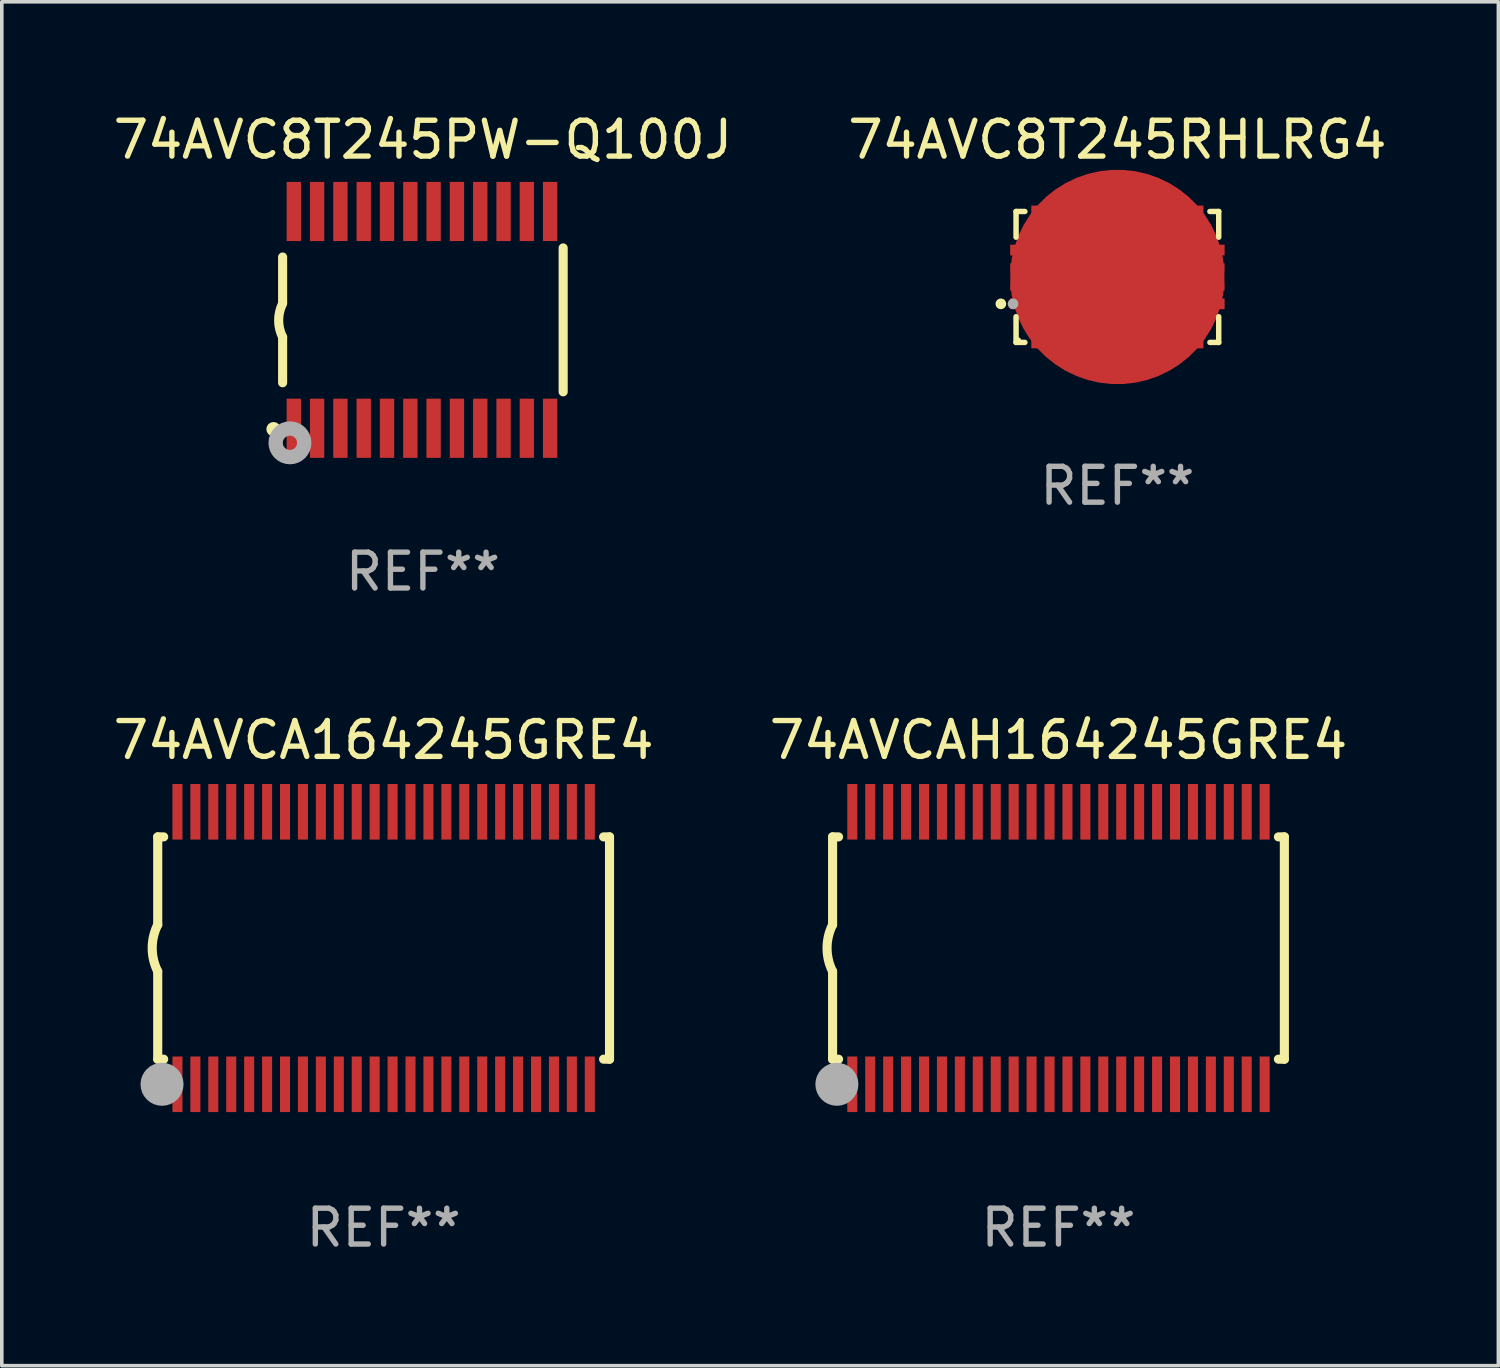
<source format=kicad_pcb>
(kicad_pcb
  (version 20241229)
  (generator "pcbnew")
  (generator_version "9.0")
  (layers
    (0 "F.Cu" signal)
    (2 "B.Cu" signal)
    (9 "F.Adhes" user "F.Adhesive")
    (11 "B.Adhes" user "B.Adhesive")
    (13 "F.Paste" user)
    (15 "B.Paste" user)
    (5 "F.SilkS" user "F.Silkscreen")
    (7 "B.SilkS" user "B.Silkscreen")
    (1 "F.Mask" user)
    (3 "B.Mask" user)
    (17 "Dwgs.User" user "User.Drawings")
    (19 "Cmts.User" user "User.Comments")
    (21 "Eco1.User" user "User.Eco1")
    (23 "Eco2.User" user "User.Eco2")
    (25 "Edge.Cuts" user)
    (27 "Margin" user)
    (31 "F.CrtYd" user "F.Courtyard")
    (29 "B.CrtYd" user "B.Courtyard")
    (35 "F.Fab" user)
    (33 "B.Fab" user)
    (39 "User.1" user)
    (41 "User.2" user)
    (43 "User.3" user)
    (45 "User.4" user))
  (footprint "74AVC8T245RHLRG4"
    (layer "F.Cu")
    (at 28.113 4.674)
    (property "Reference" "74AVC8T245RHLRG4" (at 0 -3.826 0) (layer "F.SilkS") (effects (font (size 1 1) (thickness 0.15))))
    (attr through_hole)
    (fp_line (start -2.826 -1.826) (end -2.58 -1.826) (stroke (width 0.152) (type solid)) (layer "F.SilkS"))
    (fp_line (start -2.826 -1.109) (end -2.826 -1.826) (stroke (width 0.152) (type solid)) (layer "F.SilkS"))
    (fp_line (start -2.826 1.109) (end -2.826 1.826) (stroke (width 0.152) (type solid)) (layer "F.SilkS"))
    (fp_line (start -2.826 1.826) (end -2.58 1.826) (stroke (width 0.152) (type solid)) (layer "F.SilkS"))
    (fp_line (start 2.826 -1.826) (end 2.58 -1.826) (stroke (width 0.152) (type solid)) (layer "F.SilkS"))
    (fp_line (start 2.826 -1.109) (end 2.826 -1.826) (stroke (width 0.152) (type solid)) (layer "F.SilkS"))
    (fp_line (start 2.826 1.109) (end 2.826 1.826) (stroke (width 0.152) (type solid)) (layer "F.SilkS"))
    (fp_line (start 2.826 1.826) (end 2.58 1.826) (stroke (width 0.152) (type solid)) (layer "F.SilkS"))
    (fp_circle (center -3.25 0.75) (end -3.175 0.75) (stroke (width 0.15) (type solid)) (fill no) (layer "F.SilkS"))
    (fp_circle (center -2.75 1.75) (end -2.72 1.75) (stroke (width 0.06) (type solid)) (fill no) (layer "F.SilkS"))
    (fp_circle (center -2.91 0.75) (end -2.835 0.75) (stroke (width 0.15) (type solid)) (fill no) (layer "F.Fab"))
    (fp_text user "REF**" (at 0 5.826 0) (layer "F.Fab") (effects (font (size 1 1) (thickness 0.15))))
    (pad "1" smd rect (at -2.658 0.75) (size 0.665 0.3) (layers "F.Cu" "F.Mask" "F.Paste"))
    (pad "2" smd rect (at -2.25 1.658) (size 0.3 0.665) (layers "F.Cu" "F.Mask" "F.Paste"))
    (pad "3" smd rect (at -1.75 1.658) (size 0.3 0.665) (layers "F.Cu" "F.Mask" "F.Paste"))
    (pad "4" smd rect (at -1.25 1.658) (size 0.3 0.665) (layers "F.Cu" "F.Mask" "F.Paste"))
    (pad "5" smd rect (at -0.75 1.658) (size 0.3 0.665) (layers "F.Cu" "F.Mask" "F.Paste"))
    (pad "6" smd rect (at -0.25 1.658) (size 0.3 0.665) (layers "F.Cu" "F.Mask" "F.Paste"))
    (pad "7" smd rect (at 0.25 1.658) (size 0.3 0.665) (layers "F.Cu" "F.Mask" "F.Paste"))
    (pad "8" smd rect (at 0.75 1.658) (size 0.3 0.665) (layers "F.Cu" "F.Mask" "F.Paste"))
    (pad "9" smd rect (at 1.25 1.658) (size 0.3 0.665) (layers "F.Cu" "F.Mask" "F.Paste"))
    (pad "10" smd rect (at 1.75 1.658) (size 0.3 0.665) (layers "F.Cu" "F.Mask" "F.Paste"))
    (pad "11" smd rect (at 2.25 1.658) (size 0.3 0.665) (layers "F.Cu" "F.Mask" "F.Paste"))
    (pad "12" smd rect (at 2.658 0.75 180) (size 0.665 0.3) (layers "F.Cu" "F.Mask" "F.Paste"))
    (pad "13" smd rect (at 2.658 -0.75 180) (size 0.665 0.3) (layers "F.Cu" "F.Mask" "F.Paste"))
    (pad "14" smd rect (at 2.25 -1.658) (size 0.3 0.665) (layers "F.Cu" "F.Mask" "F.Paste"))
    (pad "15" smd rect (at 1.75 -1.658) (size 0.3 0.665) (layers "F.Cu" "F.Mask" "F.Paste"))
    (pad "16" smd rect (at 1.25 -1.658) (size 0.3 0.665) (layers "F.Cu" "F.Mask" "F.Paste"))
    (pad "17" smd rect (at 0.75 -1.658) (size 0.3 0.665) (layers "F.Cu" "F.Mask" "F.Paste"))
    (pad "18" smd rect (at 0.25 -1.658) (size 0.3 0.665) (layers "F.Cu" "F.Mask" "F.Paste"))
    (pad "19" smd rect (at -0.25 -1.658) (size 0.3 0.665) (layers "F.Cu" "F.Mask" "F.Paste"))
    (pad "20" smd rect (at -0.75 -1.658) (size 0.3 0.665) (layers "F.Cu" "F.Mask" "F.Paste"))
    (pad "21" smd rect (at -1.25 -1.658) (size 0.3 0.665) (layers "F.Cu" "F.Mask" "F.Paste"))
    (pad "22" smd rect (at -1.75 -1.658) (size 0.3 0.665) (layers "F.Cu" "F.Mask" "F.Paste"))
    (pad "23" smd rect (at -2.25 -1.658) (size 0.3 0.665) (layers "F.Cu" "F.Mask" "F.Paste"))
    (pad "24" smd rect (at -2.658 -0.75) (size 0.665 0.3) (layers "F.Cu" "F.Mask" "F.Paste"))
    (pad "25" smd custom (at 0 0) (size 5.98 2.06) (layers "F.Cu" "F.Mask" "F.Paste") (options (anchor circle)) (primitives (gr_poly (pts (xy -2.99 0.38) (xy -2.03 0.38) (xy -2.03 1.03) (xy 2.03 1.03) (xy 2.03 0.38) (xy 2.99 0.38) (xy 2.99 0.17) (xy 2.03 0.17) (xy 2.03 -0.17) (xy 2.99 -0.17) (xy 2.99 -0.38) (xy 2.03 -0.38) (xy 2.03 -1.03) (xy -2.03 -1.03) (xy -2.03 -0.38) (xy -2.99 -0.38) (xy -2.99 -0.17) (xy -2.03 -0.17) (xy -2.03 0.17) (xy -2.99 0.17)) (width 0) (fill yes)))))
  (footprint "74AVC8T245PW-Q100J"
    (layer "F.Cu")
    (at 8.744 5.871)
    (property "Reference" "74AVC8T245PW-Q100J" (at 0 -5.023 0) (layer "F.SilkS") (effects (font (size 1 1) (thickness 0.15))))
    (attr through_hole)
    (fp_line (start -3.912 -0.483) (end -3.912 -1.753) (stroke (width 0.254) (type solid)) (layer "F.SilkS"))
    (fp_line (start -3.912 1.753) (end -3.912 0.483) (stroke (width 0.254) (type solid)) (layer "F.SilkS"))
    (fp_line (start 3.912 -2.007) (end 3.912 2.007) (stroke (width 0.254) (type solid)) (layer "F.SilkS"))
    (fp_arc (start -3.911608 0.482601) (mid -4.022537 0.0127) (end -3.911608 -0.457201) (stroke (width 0.254001) (type solid)) (layer "F.SilkS"))
    (fp_circle (center -4.166 3.048) (end -4.066 3.048) (stroke (width 0.2) (type solid)) (fill no) (layer "F.SilkS"))
    (fp_circle (center -3.925 3.186) (end -3.895 3.186) (stroke (width 0.06) (type solid)) (fill no) (layer "F.SilkS"))
    (fp_circle (center -3.708 3.429) (end -3.509 3.429) (stroke (width 0.4) (type solid)) (fill no) (layer "F.Fab"))
    (fp_text user "REF**" (at 0 7.023 0) (layer "F.Fab") (effects (font (size 1 1) (thickness 0.15))))
    (pad "1" smd rect (at -3.6 3.023) (size 0.4 1.65) (layers "F.Cu" "F.Mask" "F.Paste"))
    (pad "2" smd rect (at -2.95 3.023) (size 0.4 1.65) (layers "F.Cu" "F.Mask" "F.Paste"))
    (pad "3" smd rect (at -2.3 3.023) (size 0.4 1.65) (layers "F.Cu" "F.Mask" "F.Paste"))
    (pad "4" smd rect (at -1.65 3.023) (size 0.4 1.65) (layers "F.Cu" "F.Mask" "F.Paste"))
    (pad "5" smd rect (at -1 3.023) (size 0.4 1.65) (layers "F.Cu" "F.Mask" "F.Paste"))
    (pad "6" smd rect (at -0.35 3.023) (size 0.4 1.65) (layers "F.Cu" "F.Mask" "F.Paste"))
    (pad "7" smd rect (at 0.299 3.023) (size 0.4 1.65) (layers "F.Cu" "F.Mask" "F.Paste"))
    (pad "8" smd rect (at 0.95 3.023) (size 0.4 1.65) (layers "F.Cu" "F.Mask" "F.Paste"))
    (pad "9" smd rect (at 1.6 3.023) (size 0.4 1.65) (layers "F.Cu" "F.Mask" "F.Paste"))
    (pad "10" smd rect (at 2.25 3.023) (size 0.4 1.65) (layers "F.Cu" "F.Mask" "F.Paste"))
    (pad "11" smd rect (at 2.9 3.023) (size 0.4 1.65) (layers "F.Cu" "F.Mask" "F.Paste"))
    (pad "12" smd rect (at 3.549 3.023) (size 0.4 1.65) (layers "F.Cu" "F.Mask" "F.Paste"))
    (pad "13" smd rect (at 3.549 -3.023) (size 0.4 1.65) (layers "F.Cu" "F.Mask" "F.Paste"))
    (pad "14" smd rect (at 2.9 -3.023) (size 0.4 1.65) (layers "F.Cu" "F.Mask" "F.Paste"))
    (pad "15" smd rect (at 2.25 -3.023) (size 0.4 1.65) (layers "F.Cu" "F.Mask" "F.Paste"))
    (pad "16" smd rect (at 1.6 -3.023) (size 0.4 1.65) (layers "F.Cu" "F.Mask" "F.Paste"))
    (pad "17" smd rect (at 0.95 -3.023) (size 0.4 1.65) (layers "F.Cu" "F.Mask" "F.Paste"))
    (pad "18" smd rect (at 0.299 -3.023) (size 0.4 1.65) (layers "F.Cu" "F.Mask" "F.Paste"))
    (pad "19" smd rect (at -0.35 -3.023) (size 0.4 1.65) (layers "F.Cu" "F.Mask" "F.Paste"))
    (pad "20" smd rect (at -1 -3.023) (size 0.4 1.65) (layers "F.Cu" "F.Mask" "F.Paste"))
    (pad "21" smd rect (at -1.65 -3.023) (size 0.4 1.65) (layers "F.Cu" "F.Mask" "F.Paste"))
    (pad "22" smd rect (at -2.3 -3.023) (size 0.4 1.65) (layers "F.Cu" "F.Mask" "F.Paste"))
    (pad "23" smd rect (at -2.95 -3.023) (size 0.4 1.65) (layers "F.Cu" "F.Mask" "F.Paste"))
    (pad "24" smd rect (at -3.6 -3.023) (size 0.4 1.65) (layers "F.Cu" "F.Mask" "F.Paste")))
  (footprint "74AVCA164245GRE4"
    (layer "F.Cu")
    (at 7.649 23.39)
    (property "Reference" "74AVCA164245GRE4" (at 0 -5.8 0) (layer "F.SilkS") (effects (font (size 1 1) (thickness 0.15))))
    (attr through_hole)
    (fp_line (start -6.3 -3.1) (end -6.3 -0.65) (stroke (width 0.254) (type solid)) (layer "F.SilkS"))
    (fp_line (start -6.3 -3.1) (end -6.134 -3.1) (stroke (width 0.254) (type solid)) (layer "F.SilkS"))
    (fp_line (start -6.3 3.1) (end -6.3 0.65) (stroke (width 0.254) (type solid)) (layer "F.SilkS"))
    (fp_line (start -6.3 3.1) (end -6.134 3.1) (stroke (width 0.254) (type solid)) (layer "F.SilkS"))
    (fp_line (start 6.134 -3.1) (end 6.3 -3.1) (stroke (width 0.254) (type solid)) (layer "F.SilkS"))
    (fp_line (start 6.134 3.1) (end 6.3 3.1) (stroke (width 0.254) (type solid)) (layer "F.SilkS"))
    (fp_line (start 6.3 -3.1) (end 6.3 3.1) (stroke (width 0.254) (type solid)) (layer "F.SilkS"))
    (fp_arc (start -6.301016 0.650114) (mid -6.45413 -0.000082) (end -6.3 -0.650038) (stroke (width 0.254001) (type solid)) (layer "F.SilkS"))
    (fp_circle (center -6.35 3.81) (end -6.223 3.81) (stroke (width 0.254) (type solid)) (fill no) (layer "F.SilkS"))
    (fp_circle (center -6.25 4.05) (end -6.22 4.05) (stroke (width 0.06) (type solid)) (fill no) (layer "F.SilkS"))
    (fp_circle (center -6.18 3.8) (end -5.88 3.8) (stroke (width 0.6) (type solid)) (fill no) (layer "F.Fab"))
    (fp_text user "REF**" (at 0 7.8 0) (layer "F.Fab") (effects (font (size 1 1) (thickness 0.15))))
    (pad "1" smd rect (at -5.75 3.8) (size 0.28 1.55) (layers "F.Cu" "F.Mask" "F.Paste"))
    (pad "2" smd rect (at -5.25 3.8) (size 0.28 1.55) (layers "F.Cu" "F.Mask" "F.Paste"))
    (pad "3" smd rect (at -4.75 3.8) (size 0.28 1.55) (layers "F.Cu" "F.Mask" "F.Paste"))
    (pad "4" smd rect (at -4.25 3.8) (size 0.28 1.55) (layers "F.Cu" "F.Mask" "F.Paste"))
    (pad "5" smd rect (at -3.75 3.8) (size 0.28 1.55) (layers "F.Cu" "F.Mask" "F.Paste"))
    (pad "6" smd rect (at -3.25 3.8) (size 0.28 1.55) (layers "F.Cu" "F.Mask" "F.Paste"))
    (pad "7" smd rect (at -2.75 3.8) (size 0.28 1.55) (layers "F.Cu" "F.Mask" "F.Paste"))
    (pad "8" smd rect (at -2.25 3.8) (size 0.28 1.55) (layers "F.Cu" "F.Mask" "F.Paste"))
    (pad "9" smd rect (at -1.75 3.8) (size 0.28 1.55) (layers "F.Cu" "F.Mask" "F.Paste"))
    (pad "10" smd rect (at -1.25 3.8) (size 0.28 1.55) (layers "F.Cu" "F.Mask" "F.Paste"))
    (pad "11" smd rect (at -0.75 3.8) (size 0.28 1.55) (layers "F.Cu" "F.Mask" "F.Paste"))
    (pad "12" smd rect (at -0.25 3.8) (size 0.28 1.55) (layers "F.Cu" "F.Mask" "F.Paste"))
    (pad "13" smd rect (at 0.25 3.8) (size 0.28 1.55) (layers "F.Cu" "F.Mask" "F.Paste"))
    (pad "14" smd rect (at 0.75 3.8) (size 0.28 1.55) (layers "F.Cu" "F.Mask" "F.Paste"))
    (pad "15" smd rect (at 1.25 3.8) (size 0.28 1.55) (layers "F.Cu" "F.Mask" "F.Paste"))
    (pad "16" smd rect (at 1.75 3.8) (size 0.28 1.55) (layers "F.Cu" "F.Mask" "F.Paste"))
    (pad "17" smd rect (at 2.25 3.8) (size 0.28 1.55) (layers "F.Cu" "F.Mask" "F.Paste"))
    (pad "18" smd rect (at 2.75 3.8) (size 0.28 1.55) (layers "F.Cu" "F.Mask" "F.Paste"))
    (pad "19" smd rect (at 3.25 3.8) (size 0.28 1.55) (layers "F.Cu" "F.Mask" "F.Paste"))
    (pad "20" smd rect (at 3.75 3.8) (size 0.28 1.55) (layers "F.Cu" "F.Mask" "F.Paste"))
    (pad "21" smd rect (at 4.25 3.8) (size 0.28 1.55) (layers "F.Cu" "F.Mask" "F.Paste"))
    (pad "22" smd rect (at 4.75 3.8) (size 0.28 1.55) (layers "F.Cu" "F.Mask" "F.Paste"))
    (pad "23" smd rect (at 5.25 3.8) (size 0.28 1.55) (layers "F.Cu" "F.Mask" "F.Paste"))
    (pad "24" smd rect (at 5.75 3.8) (size 0.28 1.55) (layers "F.Cu" "F.Mask" "F.Paste"))
    (pad "25" smd rect (at 5.75 -3.8) (size 0.28 1.55) (layers "F.Cu" "F.Mask" "F.Paste"))
    (pad "26" smd rect (at 5.25 -3.8) (size 0.28 1.55) (layers "F.Cu" "F.Mask" "F.Paste"))
    (pad "27" smd rect (at 4.75 -3.8) (size 0.28 1.55) (layers "F.Cu" "F.Mask" "F.Paste"))
    (pad "28" smd rect (at 4.25 -3.8) (size 0.28 1.55) (layers "F.Cu" "F.Mask" "F.Paste"))
    (pad "29" smd rect (at 3.75 -3.8) (size 0.28 1.55) (layers "F.Cu" "F.Mask" "F.Paste"))
    (pad "30" smd rect (at 3.25 -3.8) (size 0.28 1.55) (layers "F.Cu" "F.Mask" "F.Paste"))
    (pad "31" smd rect (at 2.75 -3.8) (size 0.28 1.55) (layers "F.Cu" "F.Mask" "F.Paste"))
    (pad "32" smd rect (at 2.25 -3.8) (size 0.28 1.55) (layers "F.Cu" "F.Mask" "F.Paste"))
    (pad "33" smd rect (at 1.75 -3.8) (size 0.28 1.55) (layers "F.Cu" "F.Mask" "F.Paste"))
    (pad "34" smd rect (at 1.25 -3.8) (size 0.28 1.55) (layers "F.Cu" "F.Mask" "F.Paste"))
    (pad "35" smd rect (at 0.75 -3.8) (size 0.28 1.55) (layers "F.Cu" "F.Mask" "F.Paste"))
    (pad "36" smd rect (at 0.25 -3.8) (size 0.28 1.55) (layers "F.Cu" "F.Mask" "F.Paste"))
    (pad "37" smd rect (at -0.25 -3.8) (size 0.28 1.55) (layers "F.Cu" "F.Mask" "F.Paste"))
    (pad "38" smd rect (at -0.75 -3.8) (size 0.28 1.55) (layers "F.Cu" "F.Mask" "F.Paste"))
    (pad "39" smd rect (at -1.25 -3.8) (size 0.28 1.55) (layers "F.Cu" "F.Mask" "F.Paste"))
    (pad "40" smd rect (at -1.75 -3.8) (size 0.28 1.55) (layers "F.Cu" "F.Mask" "F.Paste"))
    (pad "41" smd rect (at -2.25 -3.8) (size 0.28 1.55) (layers "F.Cu" "F.Mask" "F.Paste"))
    (pad "42" smd rect (at -2.75 -3.8) (size 0.28 1.55) (layers "F.Cu" "F.Mask" "F.Paste"))
    (pad "43" smd rect (at -3.25 -3.8) (size 0.28 1.55) (layers "F.Cu" "F.Mask" "F.Paste"))
    (pad "44" smd rect (at -3.75 -3.8) (size 0.28 1.55) (layers "F.Cu" "F.Mask" "F.Paste"))
    (pad "45" smd rect (at -4.25 -3.8) (size 0.28 1.55) (layers "F.Cu" "F.Mask" "F.Paste"))
    (pad "46" smd rect (at -4.75 -3.8) (size 0.28 1.55) (layers "F.Cu" "F.Mask" "F.Paste"))
    (pad "47" smd rect (at -5.25 -3.8) (size 0.28 1.55) (layers "F.Cu" "F.Mask" "F.Paste"))
    (pad "48" smd rect (at -5.75 -3.8) (size 0.28 1.55) (layers "F.Cu" "F.Mask" "F.Paste")))
  (footprint "74AVCAH164245GRE4"
    (layer "F.Cu")
    (at 26.47 23.39)
    (property "Reference" "74AVCAH164245GRE4" (at 0 -5.8 0) (layer "F.SilkS") (effects (font (size 1 1) (thickness 0.15))))
    (attr through_hole)
    (fp_line (start -6.3 -3.1) (end -6.3 -0.65) (stroke (width 0.254) (type solid)) (layer "F.SilkS"))
    (fp_line (start -6.3 -3.1) (end -6.134 -3.1) (stroke (width 0.254) (type solid)) (layer "F.SilkS"))
    (fp_line (start -6.3 3.1) (end -6.3 0.65) (stroke (width 0.254) (type solid)) (layer "F.SilkS"))
    (fp_line (start -6.3 3.1) (end -6.134 3.1) (stroke (width 0.254) (type solid)) (layer "F.SilkS"))
    (fp_line (start 6.134 -3.1) (end 6.3 -3.1) (stroke (width 0.254) (type solid)) (layer "F.SilkS"))
    (fp_line (start 6.134 3.1) (end 6.3 3.1) (stroke (width 0.254) (type solid)) (layer "F.SilkS"))
    (fp_line (start 6.3 -3.1) (end 6.3 3.1) (stroke (width 0.254) (type solid)) (layer "F.SilkS"))
    (fp_arc (start -6.301016 0.650114) (mid -6.45413 -0.000082) (end -6.3 -0.650038) (stroke (width 0.254001) (type solid)) (layer "F.SilkS"))
    (fp_circle (center -6.35 3.81) (end -6.223 3.81) (stroke (width 0.254) (type solid)) (fill no) (layer "F.SilkS"))
    (fp_circle (center -6.25 4.05) (end -6.22 4.05) (stroke (width 0.06) (type solid)) (fill no) (layer "F.SilkS"))
    (fp_circle (center -6.18 3.8) (end -5.88 3.8) (stroke (width 0.6) (type solid)) (fill no) (layer "F.Fab"))
    (fp_text user "REF**" (at 0 7.8 0) (layer "F.Fab") (effects (font (size 1 1) (thickness 0.15))))
    (pad "1" smd rect (at -5.75 3.8) (size 0.28 1.55) (layers "F.Cu" "F.Mask" "F.Paste"))
    (pad "2" smd rect (at -5.25 3.8) (size 0.28 1.55) (layers "F.Cu" "F.Mask" "F.Paste"))
    (pad "3" smd rect (at -4.75 3.8) (size 0.28 1.55) (layers "F.Cu" "F.Mask" "F.Paste"))
    (pad "4" smd rect (at -4.25 3.8) (size 0.28 1.55) (layers "F.Cu" "F.Mask" "F.Paste"))
    (pad "5" smd rect (at -3.75 3.8) (size 0.28 1.55) (layers "F.Cu" "F.Mask" "F.Paste"))
    (pad "6" smd rect (at -3.25 3.8) (size 0.28 1.55) (layers "F.Cu" "F.Mask" "F.Paste"))
    (pad "7" smd rect (at -2.75 3.8) (size 0.28 1.55) (layers "F.Cu" "F.Mask" "F.Paste"))
    (pad "8" smd rect (at -2.25 3.8) (size 0.28 1.55) (layers "F.Cu" "F.Mask" "F.Paste"))
    (pad "9" smd rect (at -1.75 3.8) (size 0.28 1.55) (layers "F.Cu" "F.Mask" "F.Paste"))
    (pad "10" smd rect (at -1.25 3.8) (size 0.28 1.55) (layers "F.Cu" "F.Mask" "F.Paste"))
    (pad "11" smd rect (at -0.75 3.8) (size 0.28 1.55) (layers "F.Cu" "F.Mask" "F.Paste"))
    (pad "12" smd rect (at -0.25 3.8) (size 0.28 1.55) (layers "F.Cu" "F.Mask" "F.Paste"))
    (pad "13" smd rect (at 0.25 3.8) (size 0.28 1.55) (layers "F.Cu" "F.Mask" "F.Paste"))
    (pad "14" smd rect (at 0.75 3.8) (size 0.28 1.55) (layers "F.Cu" "F.Mask" "F.Paste"))
    (pad "15" smd rect (at 1.25 3.8) (size 0.28 1.55) (layers "F.Cu" "F.Mask" "F.Paste"))
    (pad "16" smd rect (at 1.75 3.8) (size 0.28 1.55) (layers "F.Cu" "F.Mask" "F.Paste"))
    (pad "17" smd rect (at 2.25 3.8) (size 0.28 1.55) (layers "F.Cu" "F.Mask" "F.Paste"))
    (pad "18" smd rect (at 2.75 3.8) (size 0.28 1.55) (layers "F.Cu" "F.Mask" "F.Paste"))
    (pad "19" smd rect (at 3.25 3.8) (size 0.28 1.55) (layers "F.Cu" "F.Mask" "F.Paste"))
    (pad "20" smd rect (at 3.75 3.8) (size 0.28 1.55) (layers "F.Cu" "F.Mask" "F.Paste"))
    (pad "21" smd rect (at 4.25 3.8) (size 0.28 1.55) (layers "F.Cu" "F.Mask" "F.Paste"))
    (pad "22" smd rect (at 4.75 3.8) (size 0.28 1.55) (layers "F.Cu" "F.Mask" "F.Paste"))
    (pad "23" smd rect (at 5.25 3.8) (size 0.28 1.55) (layers "F.Cu" "F.Mask" "F.Paste"))
    (pad "24" smd rect (at 5.75 3.8) (size 0.28 1.55) (layers "F.Cu" "F.Mask" "F.Paste"))
    (pad "25" smd rect (at 5.75 -3.8) (size 0.28 1.55) (layers "F.Cu" "F.Mask" "F.Paste"))
    (pad "26" smd rect (at 5.25 -3.8) (size 0.28 1.55) (layers "F.Cu" "F.Mask" "F.Paste"))
    (pad "27" smd rect (at 4.75 -3.8) (size 0.28 1.55) (layers "F.Cu" "F.Mask" "F.Paste"))
    (pad "28" smd rect (at 4.25 -3.8) (size 0.28 1.55) (layers "F.Cu" "F.Mask" "F.Paste"))
    (pad "29" smd rect (at 3.75 -3.8) (size 0.28 1.55) (layers "F.Cu" "F.Mask" "F.Paste"))
    (pad "30" smd rect (at 3.25 -3.8) (size 0.28 1.55) (layers "F.Cu" "F.Mask" "F.Paste"))
    (pad "31" smd rect (at 2.75 -3.8) (size 0.28 1.55) (layers "F.Cu" "F.Mask" "F.Paste"))
    (pad "32" smd rect (at 2.25 -3.8) (size 0.28 1.55) (layers "F.Cu" "F.Mask" "F.Paste"))
    (pad "33" smd rect (at 1.75 -3.8) (size 0.28 1.55) (layers "F.Cu" "F.Mask" "F.Paste"))
    (pad "34" smd rect (at 1.25 -3.8) (size 0.28 1.55) (layers "F.Cu" "F.Mask" "F.Paste"))
    (pad "35" smd rect (at 0.75 -3.8) (size 0.28 1.55) (layers "F.Cu" "F.Mask" "F.Paste"))
    (pad "36" smd rect (at 0.25 -3.8) (size 0.28 1.55) (layers "F.Cu" "F.Mask" "F.Paste"))
    (pad "37" smd rect (at -0.25 -3.8) (size 0.28 1.55) (layers "F.Cu" "F.Mask" "F.Paste"))
    (pad "38" smd rect (at -0.75 -3.8) (size 0.28 1.55) (layers "F.Cu" "F.Mask" "F.Paste"))
    (pad "39" smd rect (at -1.25 -3.8) (size 0.28 1.55) (layers "F.Cu" "F.Mask" "F.Paste"))
    (pad "40" smd rect (at -1.75 -3.8) (size 0.28 1.55) (layers "F.Cu" "F.Mask" "F.Paste"))
    (pad "41" smd rect (at -2.25 -3.8) (size 0.28 1.55) (layers "F.Cu" "F.Mask" "F.Paste"))
    (pad "42" smd rect (at -2.75 -3.8) (size 0.28 1.55) (layers "F.Cu" "F.Mask" "F.Paste"))
    (pad "43" smd rect (at -3.25 -3.8) (size 0.28 1.55) (layers "F.Cu" "F.Mask" "F.Paste"))
    (pad "44" smd rect (at -3.75 -3.8) (size 0.28 1.55) (layers "F.Cu" "F.Mask" "F.Paste"))
    (pad "45" smd rect (at -4.25 -3.8) (size 0.28 1.55) (layers "F.Cu" "F.Mask" "F.Paste"))
    (pad "46" smd rect (at -4.75 -3.8) (size 0.28 1.55) (layers "F.Cu" "F.Mask" "F.Paste"))
    (pad "47" smd rect (at -5.25 -3.8) (size 0.28 1.55) (layers "F.Cu" "F.Mask" "F.Paste"))
    (pad "48" smd rect (at -5.75 -3.8) (size 0.28 1.55) (layers "F.Cu" "F.Mask" "F.Paste")))
  (gr_rect
    (start -3 -3)
    (end 38.738 35.038)
    (stroke (width 0.1) (type default))
    (fill no)
    (layer "Edge.Cuts")))
</source>
